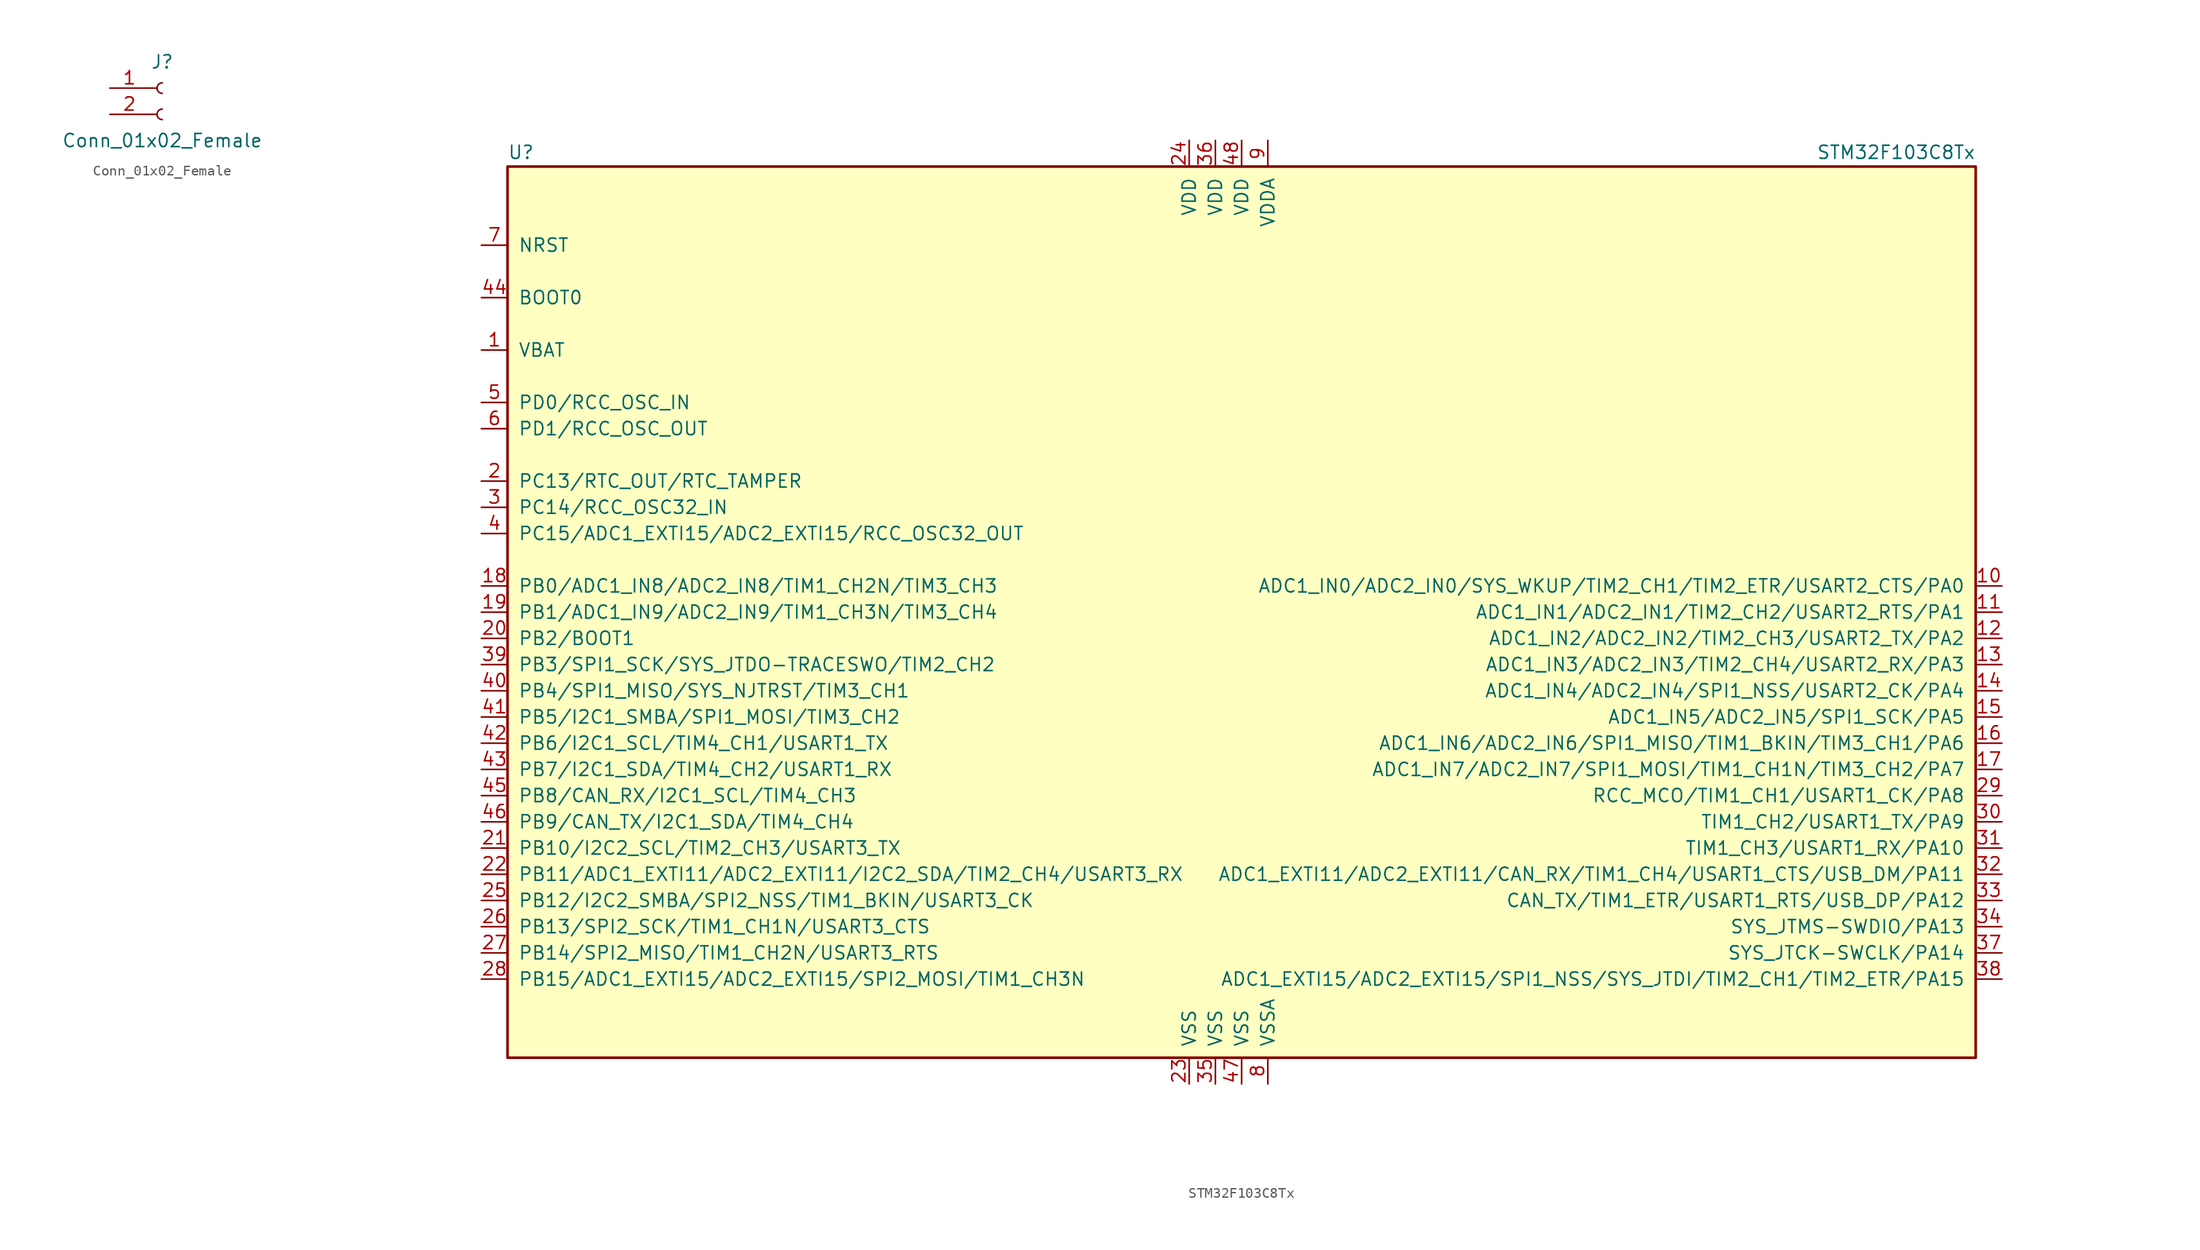
<source format=kicad_sym>
(kicad_symbol_lib
  (version 20220914)
  (generator kicad_symbol_editor)
  (symbol "Conn_01x02_Female"
    (pin_names
      (offset 1.016) hide)
    (property "Reference" "J"
      (at 0 2.54 0)
      (effects (font (size 1.27 1.27))))
    (property "Value" "Conn_01x02_Female"
      (at 0 -5.08 0)
      (effects (font (size 1.27 1.27))))
    (symbol "Conn_01x02_Female_1_1"
      (arc (start 0 -2.032) (mid -0.5058 -2.54) (end 0 -3.048) (stroke (width 0.1524) (type solid)) (fill (type none)))
      (polyline (pts (xy -1.27 -2.54) (xy -0.508 -2.54)) (stroke (width 0.152) (type solid)) (fill (type none)))
      (polyline (pts (xy -1.27 0) (xy -0.508 0)) (stroke (width 0.152) (type solid)) (fill (type none)))
      (arc (start 0 0.508) (mid -0.5058 0) (end 0 -0.508) (stroke (width 0.1524) (type solid)) (fill (type none)))
      (pin passive line (at -5.08 0 0) (length 3.81) (name "Pin_1" (effects (font (size 1.27 1.27)))) (number "1" (effects (font (size 1.27 1.27)))))
      (pin passive line (at -5.08 -2.54 0) (length 3.81) (name "Pin_2" (effects (font (size 1.27 1.27)))) (number "2" (effects (font (size 1.27 1.27)))))))
  (symbol "STM32F103C8Tx"
    (pin_names
      (offset 1.016))
    (property "Reference" "U"
      (at -71.12 43.815 0)
      (effects (font (size 1.27 1.27)) (justify left bottom)))
    (property "Value" "STM32F103C8Tx"
      (at 71.12 43.815 0)
      (effects (font (size 1.27 1.27)) (justify right bottom)))
    (property "ki_locked" ""
      (at 0 0 0)
      (effects (font (size 1.27 1.27))))
    (symbol "STM32F103C8Tx_0_1"
      (rectangle (start -71.12 -43.18) (end 71.12 43.18) (stroke (width 0.254) (type solid)) (fill (type background))))
    (symbol "STM32F103C8Tx_1_1"
      (pin power_in line (at -73.66 25.4 0) (length 2.54) (name "VBAT" (effects (font (size 1.27 1.27)))) (number "1" (effects (font (size 1.27 1.27)))))
      (pin bidirectional line (at 73.66 2.54 180) (length 2.54) (name "ADC1_IN0/ADC2_IN0/SYS_WKUP/TIM2_CH1/TIM2_ETR/USART2_CTS/PA0" (effects (font (size 1.27 1.27)))) (number "10" (effects (font (size 1.27 1.27)))))
      (pin bidirectional line (at 73.66 0 180) (length 2.54) (name "ADC1_IN1/ADC2_IN1/TIM2_CH2/USART2_RTS/PA1" (effects (font (size 1.27 1.27)))) (number "11" (effects (font (size 1.27 1.27)))))
      (pin bidirectional line (at 73.66 -2.54 180) (length 2.54) (name "ADC1_IN2/ADC2_IN2/TIM2_CH3/USART2_TX/PA2" (effects (font (size 1.27 1.27)))) (number "12" (effects (font (size 1.27 1.27)))))
      (pin bidirectional line (at 73.66 -5.08 180) (length 2.54) (name "ADC1_IN3/ADC2_IN3/TIM2_CH4/USART2_RX/PA3" (effects (font (size 1.27 1.27)))) (number "13" (effects (font (size 1.27 1.27)))))
      (pin bidirectional line (at 73.66 -7.62 180) (length 2.54) (name "ADC1_IN4/ADC2_IN4/SPI1_NSS/USART2_CK/PA4" (effects (font (size 1.27 1.27)))) (number "14" (effects (font (size 1.27 1.27)))))
      (pin bidirectional line (at 73.66 -10.16 180) (length 2.54) (name "ADC1_IN5/ADC2_IN5/SPI1_SCK/PA5" (effects (font (size 1.27 1.27)))) (number "15" (effects (font (size 1.27 1.27)))))
      (pin bidirectional line (at 73.66 -12.7 180) (length 2.54) (name "ADC1_IN6/ADC2_IN6/SPI1_MISO/TIM1_BKIN/TIM3_CH1/PA6" (effects (font (size 1.27 1.27)))) (number "16" (effects (font (size 1.27 1.27)))))
      (pin bidirectional line (at 73.66 -15.24 180) (length 2.54) (name "ADC1_IN7/ADC2_IN7/SPI1_MOSI/TIM1_CH1N/TIM3_CH2/PA7" (effects (font (size 1.27 1.27)))) (number "17" (effects (font (size 1.27 1.27)))))
      (pin bidirectional line (at -73.66 2.54 0) (length 2.54) (name "PB0/ADC1_IN8/ADC2_IN8/TIM1_CH2N/TIM3_CH3" (effects (font (size 1.27 1.27)))) (number "18" (effects (font (size 1.27 1.27)))))
      (pin bidirectional line (at -73.66 0 0) (length 2.54) (name "PB1/ADC1_IN9/ADC2_IN9/TIM1_CH3N/TIM3_CH4" (effects (font (size 1.27 1.27)))) (number "19" (effects (font (size 1.27 1.27)))))
      (pin bidirectional line (at -73.66 12.7 0) (length 2.54) (name "PC13/RTC_OUT/RTC_TAMPER" (effects (font (size 1.27 1.27)))) (number "2" (effects (font (size 1.27 1.27)))))
      (pin bidirectional line (at -73.66 -2.54 0) (length 2.54) (name "PB2/BOOT1" (effects (font (size 1.27 1.27)))) (number "20" (effects (font (size 1.27 1.27)))))
      (pin bidirectional line (at -73.66 -22.86 0) (length 2.54) (name "PB10/I2C2_SCL/TIM2_CH3/USART3_TX" (effects (font (size 1.27 1.27)))) (number "21" (effects (font (size 1.27 1.27)))))
      (pin bidirectional line (at -73.66 -25.4 0) (length 2.54) (name "PB11/ADC1_EXTI11/ADC2_EXTI11/I2C2_SDA/TIM2_CH4/USART3_RX" (effects (font (size 1.27 1.27)))) (number "22" (effects (font (size 1.27 1.27)))))
      (pin power_in line (at -5.08 -45.72 90) (length 2.54) (name "VSS" (effects (font (size 1.27 1.27)))) (number "23" (effects (font (size 1.27 1.27)))))
      (pin power_in line (at -5.08 45.72 270) (length 2.54) (name "VDD" (effects (font (size 1.27 1.27)))) (number "24" (effects (font (size 1.27 1.27)))))
      (pin bidirectional line (at -73.66 -27.94 0) (length 2.54) (name "PB12/I2C2_SMBA/SPI2_NSS/TIM1_BKIN/USART3_CK" (effects (font (size 1.27 1.27)))) (number "25" (effects (font (size 1.27 1.27)))))
      (pin bidirectional line (at -73.66 -30.48 0) (length 2.54) (name "PB13/SPI2_SCK/TIM1_CH1N/USART3_CTS" (effects (font (size 1.27 1.27)))) (number "26" (effects (font (size 1.27 1.27)))))
      (pin bidirectional line (at -73.66 -33.02 0) (length 2.54) (name "PB14/SPI2_MISO/TIM1_CH2N/USART3_RTS" (effects (font (size 1.27 1.27)))) (number "27" (effects (font (size 1.27 1.27)))))
      (pin bidirectional line (at -73.66 -35.56 0) (length 2.54) (name "PB15/ADC1_EXTI15/ADC2_EXTI15/SPI2_MOSI/TIM1_CH3N" (effects (font (size 1.27 1.27)))) (number "28" (effects (font (size 1.27 1.27)))))
      (pin bidirectional line (at 73.66 -17.78 180) (length 2.54) (name "RCC_MCO/TIM1_CH1/USART1_CK/PA8" (effects (font (size 1.27 1.27)))) (number "29" (effects (font (size 1.27 1.27)))))
      (pin bidirectional line (at -73.66 10.16 0) (length 2.54) (name "PC14/RCC_OSC32_IN" (effects (font (size 1.27 1.27)))) (number "3" (effects (font (size 1.27 1.27)))))
      (pin bidirectional line (at 73.66 -20.32 180) (length 2.54) (name "TIM1_CH2/USART1_TX/PA9" (effects (font (size 1.27 1.27)))) (number "30" (effects (font (size 1.27 1.27)))))
      (pin bidirectional line (at 73.66 -22.86 180) (length 2.54) (name "TIM1_CH3/USART1_RX/PA10" (effects (font (size 1.27 1.27)))) (number "31" (effects (font (size 1.27 1.27)))))
      (pin bidirectional line (at 73.66 -25.4 180) (length 2.54) (name "ADC1_EXTI11/ADC2_EXTI11/CAN_RX/TIM1_CH4/USART1_CTS/USB_DM/PA11" (effects (font (size 1.27 1.27)))) (number "32" (effects (font (size 1.27 1.27)))))
      (pin bidirectional line (at 73.66 -27.94 180) (length 2.54) (name "CAN_TX/TIM1_ETR/USART1_RTS/USB_DP/PA12" (effects (font (size 1.27 1.27)))) (number "33" (effects (font (size 1.27 1.27)))))
      (pin bidirectional line (at 73.66 -30.48 180) (length 2.54) (name "SYS_JTMS-SWDIO/PA13" (effects (font (size 1.27 1.27)))) (number "34" (effects (font (size 1.27 1.27)))))
      (pin power_in line (at -2.54 -45.72 90) (length 2.54) (name "VSS" (effects (font (size 1.27 1.27)))) (number "35" (effects (font (size 1.27 1.27)))))
      (pin power_in line (at -2.54 45.72 270) (length 2.54) (name "VDD" (effects (font (size 1.27 1.27)))) (number "36" (effects (font (size 1.27 1.27)))))
      (pin bidirectional line (at 73.66 -33.02 180) (length 2.54) (name "SYS_JTCK-SWCLK/PA14" (effects (font (size 1.27 1.27)))) (number "37" (effects (font (size 1.27 1.27)))))
      (pin bidirectional line (at 73.66 -35.56 180) (length 2.54) (name "ADC1_EXTI15/ADC2_EXTI15/SPI1_NSS/SYS_JTDI/TIM2_CH1/TIM2_ETR/PA15" (effects (font (size 1.27 1.27)))) (number "38" (effects (font (size 1.27 1.27)))))
      (pin bidirectional line (at -73.66 -5.08 0) (length 2.54) (name "PB3/SPI1_SCK/SYS_JTDO-TRACESWO/TIM2_CH2" (effects (font (size 1.27 1.27)))) (number "39" (effects (font (size 1.27 1.27)))))
      (pin bidirectional line (at -73.66 7.62 0) (length 2.54) (name "PC15/ADC1_EXTI15/ADC2_EXTI15/RCC_OSC32_OUT" (effects (font (size 1.27 1.27)))) (number "4" (effects (font (size 1.27 1.27)))))
      (pin bidirectional line (at -73.66 -7.62 0) (length 2.54) (name "PB4/SPI1_MISO/SYS_NJTRST/TIM3_CH1" (effects (font (size 1.27 1.27)))) (number "40" (effects (font (size 1.27 1.27)))))
      (pin bidirectional line (at -73.66 -10.16 0) (length 2.54) (name "PB5/I2C1_SMBA/SPI1_MOSI/TIM3_CH2" (effects (font (size 1.27 1.27)))) (number "41" (effects (font (size 1.27 1.27)))))
      (pin bidirectional line (at -73.66 -12.7 0) (length 2.54) (name "PB6/I2C1_SCL/TIM4_CH1/USART1_TX" (effects (font (size 1.27 1.27)))) (number "42" (effects (font (size 1.27 1.27)))))
      (pin bidirectional line (at -73.66 -15.24 0) (length 2.54) (name "PB7/I2C1_SDA/TIM4_CH2/USART1_RX" (effects (font (size 1.27 1.27)))) (number "43" (effects (font (size 1.27 1.27)))))
      (pin input line (at -73.66 30.48 0) (length 2.54) (name "BOOT0" (effects (font (size 1.27 1.27)))) (number "44" (effects (font (size 1.27 1.27)))))
      (pin bidirectional line (at -73.66 -17.78 0) (length 2.54) (name "PB8/CAN_RX/I2C1_SCL/TIM4_CH3" (effects (font (size 1.27 1.27)))) (number "45" (effects (font (size 1.27 1.27)))))
      (pin bidirectional line (at -73.66 -20.32 0) (length 2.54) (name "PB9/CAN_TX/I2C1_SDA/TIM4_CH4" (effects (font (size 1.27 1.27)))) (number "46" (effects (font (size 1.27 1.27)))))
      (pin power_in line (at 0 -45.72 90) (length 2.54) (name "VSS" (effects (font (size 1.27 1.27)))) (number "47" (effects (font (size 1.27 1.27)))))
      (pin power_in line (at 0 45.72 270) (length 2.54) (name "VDD" (effects (font (size 1.27 1.27)))) (number "48" (effects (font (size 1.27 1.27)))))
      (pin input line (at -73.66 20.32 0) (length 2.54) (name "PD0/RCC_OSC_IN" (effects (font (size 1.27 1.27)))) (number "5" (effects (font (size 1.27 1.27)))))
      (pin input line (at -73.66 17.78 0) (length 2.54) (name "PD1/RCC_OSC_OUT" (effects (font (size 1.27 1.27)))) (number "6" (effects (font (size 1.27 1.27)))))
      (pin input line (at -73.66 35.56 0) (length 2.54) (name "NRST" (effects (font (size 1.27 1.27)))) (number "7" (effects (font (size 1.27 1.27)))))
      (pin power_in line (at 2.54 -45.72 90) (length 2.54) (name "VSSA" (effects (font (size 1.27 1.27)))) (number "8" (effects (font (size 1.27 1.27)))))
      (pin power_in line (at 2.54 45.72 270) (length 2.54) (name "VDDA" (effects (font (size 1.27 1.27)))) (number "9" (effects (font (size 1.27 1.27))))))))
</source>
